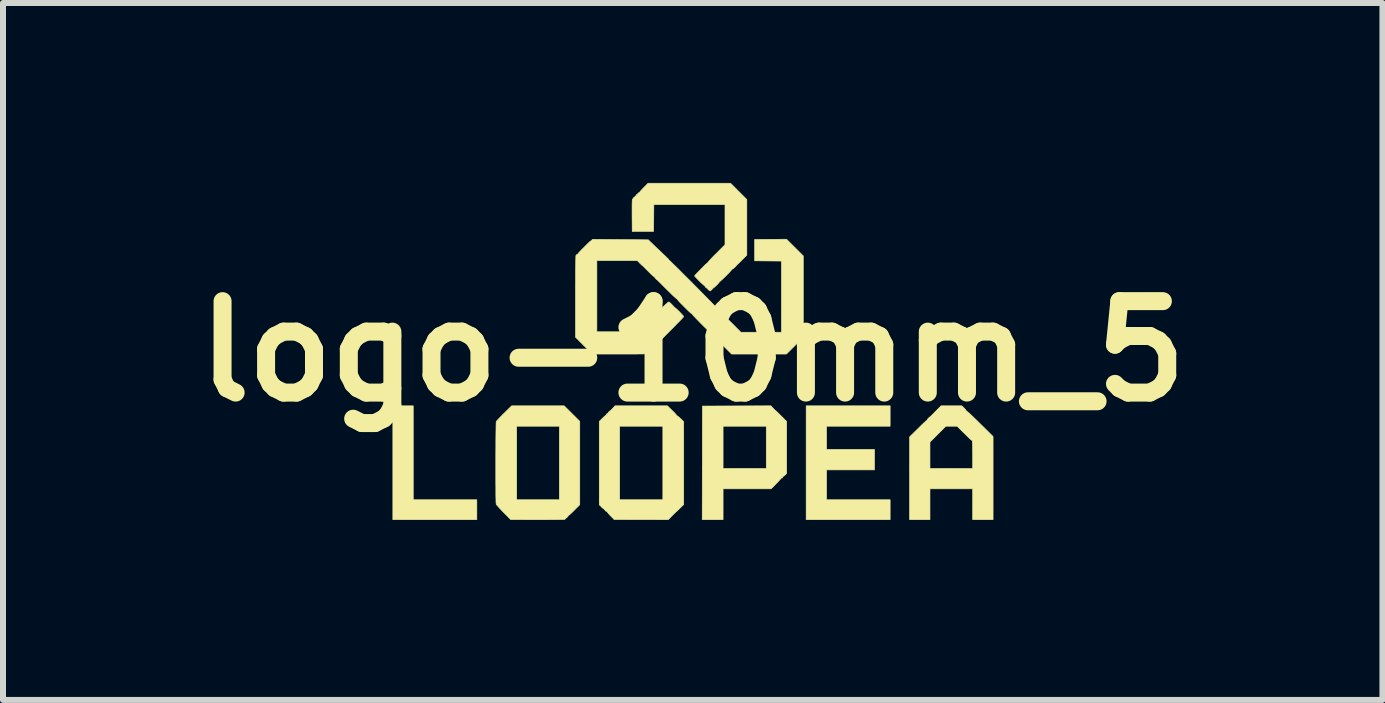
<source format=kicad_pcb>
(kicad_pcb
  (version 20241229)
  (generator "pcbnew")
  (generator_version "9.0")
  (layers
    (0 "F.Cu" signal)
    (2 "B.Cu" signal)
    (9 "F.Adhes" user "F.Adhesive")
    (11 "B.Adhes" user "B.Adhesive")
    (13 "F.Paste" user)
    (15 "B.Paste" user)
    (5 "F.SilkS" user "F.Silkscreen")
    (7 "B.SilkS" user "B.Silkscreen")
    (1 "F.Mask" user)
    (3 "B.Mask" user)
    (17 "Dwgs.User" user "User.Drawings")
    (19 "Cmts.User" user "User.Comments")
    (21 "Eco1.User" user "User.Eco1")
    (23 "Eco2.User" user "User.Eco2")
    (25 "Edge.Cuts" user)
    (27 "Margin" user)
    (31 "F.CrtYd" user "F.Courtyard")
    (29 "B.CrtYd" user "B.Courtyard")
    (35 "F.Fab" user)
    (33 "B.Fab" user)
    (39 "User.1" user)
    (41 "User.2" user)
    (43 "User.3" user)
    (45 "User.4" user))
  (footprint "logo-10mm_5"
    (layer "F.Cu")
    (at 8.498 2.805)
    (property "Reference" "logo-10mm_5" (at 0 0 0) (layer "F.SilkS") (effects (font (size 1.524 1.524) (thickness 0.3))))
    (attr through_hole)
    (fp_poly (pts (xy -4.659 2.476) (xy -3.599 2.476) (xy -3.599 2.808) (xy -4.999 2.808) (xy -4.999 0.91) (xy -4.659 0.91) (xy -4.659 2.476)) (stroke (width 0.01) (type solid)) (fill yes) (layer "F.SilkS"))
    (fp_poly (pts (xy 3.291 1.25) (xy 2.231 1.25) (xy 2.231 1.637) (xy 3.03 1.637) (xy 3.03 1.978) (xy 2.231 1.978) (xy 2.231 2.476) (xy 3.291 2.476) (xy 3.291 2.808) (xy 1.891 2.808) (xy 1.891 0.91) (xy 3.291 0.91) (xy 3.291 1.25)) (stroke (width 0.01) (type solid)) (fill yes) (layer "F.SilkS"))
    (fp_poly (pts (xy 1.34 0.95) (xy 1.358 0.969) (xy 1.371 0.982) (xy 1.376 0.986) (xy 1.376 0.985) (xy 1.382 0.989) (xy 1.396 1.003) (xy 1.418 1.024) (xy 1.446 1.051) (xy 1.471 1.076) (xy 1.566 1.171) (xy 1.566 2.038) (xy 1.536 2.067) (xy 1.518 2.082) (xy 1.504 2.09) (xy 1.499 2.09) (xy 1.496 2.09) (xy 1.498 2.093) (xy 1.497 2.104) (xy 1.489 2.114) (xy 1.479 2.116) (xy 1.477 2.115) (xy 1.472 2.116) (xy 1.471 2.119) (xy 1.466 2.128) (xy 1.451 2.145) (xy 1.429 2.169) (xy 1.402 2.198) (xy 1.389 2.211) (xy 1.307 2.294) (xy 0.506 2.294) (xy 0.506 2.808) (xy 0.158 2.808) (xy 0.16 1.861) (xy 0.161 1.25) (xy 0.506 1.25) (xy 0.506 1.954) (xy 1.226 1.954) (xy 1.226 1.25) (xy 0.506 1.25) (xy 0.161 1.25) (xy 0.162 0.914) (xy 1.303 0.91) (xy 1.34 0.95)) (stroke (width 0.01) (type solid)) (fill yes) (layer "F.SilkS"))
    (fp_poly (pts (xy -0.423 0.91) (xy -0.343 0.988) (xy -0.314 1.016) (xy -0.291 1.041) (xy -0.275 1.059) (xy -0.267 1.07) (xy -0.267 1.072) (xy -0.267 1.075) (xy -0.265 1.074) (xy -0.256 1.078) (xy -0.239 1.091) (xy -0.216 1.111) (xy -0.203 1.123) (xy -0.15 1.174) (xy -0.15 2.555) (xy -0.21 2.614) (xy -0.234 2.639) (xy -0.255 2.658) (xy -0.268 2.67) (xy -0.273 2.674) (xy -0.279 2.679) (xy -0.294 2.694) (xy -0.316 2.715) (xy -0.342 2.741) (xy -0.407 2.808) (xy -0.858 2.807) (xy -1.309 2.806) (xy -1.37 2.744) (xy -1.394 2.719) (xy -1.412 2.698) (xy -1.423 2.683) (xy -1.426 2.678) (xy -1.427 2.674) (xy -1.43 2.674) (xy -1.444 2.669) (xy -1.458 2.658) (xy -1.466 2.645) (xy -1.466 2.639) (xy -1.465 2.634) (xy -1.468 2.636) (xy -1.476 2.634) (xy -1.492 2.623) (xy -1.513 2.605) (xy -1.516 2.601) (xy -1.558 2.56) (xy -1.558 1.25) (xy -1.218 1.25) (xy -1.218 2.476) (xy -0.498 2.476) (xy -0.498 1.25) (xy -1.218 1.25) (xy -1.558 1.25) (xy -1.558 1.17) (xy -1.506 1.119) (xy -1.483 1.097) (xy -1.463 1.079) (xy -1.449 1.069) (xy -1.446 1.068) (xy -1.441 1.065) (xy -1.442 1.063) (xy -1.442 1.055) (xy -1.434 1.045) (xy -1.424 1.041) (xy -1.422 1.042) (xy -1.416 1.04) (xy -1.416 1.038) (xy -1.411 1.027) (xy -1.4 1.012) (xy -1.388 1) (xy -1.381 0.997) (xy -1.373 0.991) (xy -1.358 0.977) (xy -1.339 0.957) (xy -1.335 0.953) (xy -1.296 0.91) (xy -0.423 0.91)) (stroke (width 0.01) (type solid)) (fill yes) (layer "F.SilkS"))
    (fp_poly (pts (xy -1.883 1.169) (xy -1.883 2.559) (xy -1.974 2.65) (xy -2.004 2.68) (xy -2.03 2.705) (xy -2.05 2.723) (xy -2.062 2.732) (xy -2.065 2.733) (xy -2.068 2.733) (xy -2.075 2.745) (xy -2.075 2.745) (xy -2.088 2.762) (xy -2.107 2.78) (xy -2.11 2.781) (xy -2.125 2.793) (xy -2.131 2.802) (xy -2.13 2.803) (xy -2.137 2.804) (xy -2.158 2.805) (xy -2.192 2.806) (xy -2.238 2.806) (xy -2.294 2.807) (xy -2.36 2.807) (xy -2.432 2.808) (xy -2.511 2.808) (xy -2.579 2.808) (xy -3.034 2.807) (xy -3.068 2.773) (xy -2.112 2.773) (xy -2.108 2.777) (xy -2.104 2.773) (xy -2.108 2.769) (xy -2.112 2.773) (xy -3.068 2.773) (xy -3.15 2.69) (xy -3.184 2.655) (xy -3.214 2.623) (xy -3.238 2.597) (xy -3.254 2.578) (xy -3.261 2.569) (xy -3.261 2.568) (xy -3.263 2.564) (xy -3.27 2.563) (xy -3.272 2.562) (xy -3.274 2.559) (xy -3.276 2.553) (xy -3.277 2.542) (xy -3.279 2.526) (xy -3.28 2.505) (xy -3.28 2.476) (xy -3.281 2.439) (xy -3.282 2.393) (xy -3.282 2.337) (xy -3.282 2.27) (xy -3.283 2.191) (xy -3.283 2.099) (xy -3.283 1.994) (xy -3.283 1.874) (xy -3.283 1.863) (xy -3.283 1.728) (xy -3.282 1.608) (xy -3.282 1.501) (xy -3.281 1.409) (xy -3.28 1.332) (xy -3.279 1.268) (xy -3.279 1.25) (xy -2.935 1.25) (xy -2.935 2.476) (xy -2.223 2.476) (xy -2.223 1.25) (xy -2.935 1.25) (xy -3.279 1.25) (xy -3.278 1.22) (xy -3.277 1.187) (xy -3.276 1.17) (xy -3.275 1.167) (xy -3.268 1.166) (xy -3.267 1.163) (xy -3.262 1.155) (xy -3.246 1.138) (xy -3.223 1.114) (xy -3.193 1.083) (xy -3.159 1.048) (xy -3.142 1.032) (xy -3.018 0.91) (xy -2.58 0.91) (xy -2.143 0.91) (xy -1.883 1.169)) (stroke (width 0.01) (type solid)) (fill yes) (layer "F.SilkS"))
    (fp_poly (pts (xy 4.521 0.944) (xy 4.539 0.963) (xy 4.552 0.979) (xy 4.556 0.987) (xy 4.56 0.995) (xy 4.562 0.995) (xy 4.57 0.999) (xy 4.571 1.001) (xy 4.58 1.01) (xy 4.595 1.022) (xy 4.605 1.03) (xy 4.626 1.048) (xy 4.654 1.075) (xy 4.689 1.109) (xy 4.73 1.148) (xy 4.774 1.192) (xy 4.811 1.228) (xy 5.007 1.422) (xy 5.007 2.808) (xy 4.667 2.808) (xy 4.667 2.294) (xy 3.955 2.294) (xy 3.955 2.808) (xy 3.615 2.808) (xy 3.615 1.515) (xy 3.955 1.515) (xy 3.955 1.954) (xy 4.667 1.954) (xy 4.667 1.72) (xy 4.666 1.649) (xy 4.665 1.589) (xy 4.664 1.542) (xy 4.662 1.509) (xy 4.66 1.491) (xy 4.658 1.487) (xy 4.655 1.487) (xy 4.65 1.485) (xy 4.643 1.48) (xy 4.632 1.47) (xy 4.616 1.455) (xy 4.593 1.433) (xy 4.562 1.402) (xy 4.521 1.362) (xy 4.517 1.359) (xy 4.499 1.341) (xy 4.912 1.341) (xy 4.916 1.345) (xy 4.92 1.341) (xy 4.916 1.337) (xy 4.912 1.341) (xy 4.499 1.341) (xy 4.407 1.25) (xy 4.22 1.25) (xy 4.088 1.382) (xy 3.955 1.515) (xy 3.615 1.515) (xy 3.615 1.43) (xy 3.629 1.415) (xy 3.641 1.415) (xy 3.642 1.416) (xy 3.649 1.41) (xy 3.651 1.408) (xy 3.653 1.401) (xy 3.652 1.4) (xy 3.644 1.406) (xy 3.643 1.408) (xy 3.641 1.415) (xy 3.629 1.415) (xy 3.757 1.289) (xy 3.795 1.251) (xy 3.83 1.217) (xy 3.86 1.189) (xy 3.883 1.168) (xy 3.898 1.156) (xy 3.903 1.153) (xy 3.907 1.151) (xy 3.908 1.147) (xy 3.913 1.136) (xy 3.926 1.119) (xy 3.931 1.114) (xy 3.946 1.101) (xy 3.954 1.095) (xy 3.955 1.095) (xy 3.96 1.091) (xy 3.975 1.077) (xy 3.997 1.055) (xy 4.024 1.028) (xy 4.047 1.004) (xy 4.14 0.91) (xy 4.485 0.91) (xy 4.521 0.944)) (stroke (width 0.01) (type solid)) (fill yes) (layer "F.SilkS"))
    (fp_poly (pts (xy 0.766 -2.665) (xy 0.902 -2.529) (xy 0.902 -1.601) (xy 0.833 -1.532) (xy 0.805 -1.503) (xy 0.779 -1.478) (xy 0.758 -1.458) (xy 0.745 -1.447) (xy 0.733 -1.437) (xy 0.729 -1.432) (xy 0.73 -1.432) (xy 0.727 -1.427) (xy 0.715 -1.414) (xy 0.702 -1.4) (xy 0.683 -1.383) (xy 0.667 -1.371) (xy 0.66 -1.368) (xy 0.65 -1.364) (xy 0.649 -1.36) (xy 0.643 -1.351) (xy 0.629 -1.335) (xy 0.608 -1.312) (xy 0.582 -1.285) (xy 0.554 -1.256) (xy 0.525 -1.228) (xy 0.498 -1.202) (xy 0.474 -1.181) (xy 0.457 -1.166) (xy 0.449 -1.16) (xy 0.448 -1.16) (xy 0.444 -1.159) (xy 0.443 -1.155) (xy 0.438 -1.144) (xy 0.423 -1.127) (xy 0.403 -1.106) (xy 0.399 -1.102) (xy 0.379 -1.083) (xy 0.364 -1.069) (xy 0.356 -1.064) (xy 0.356 -1.064) (xy 0.351 -1.062) (xy 0.339 -1.05) (xy 0.327 -1.037) (xy 0.309 -1.019) (xy 0.295 -1.007) (xy 0.289 -1.005) (xy 0.279 -1.01) (xy 0.263 -1.024) (xy 0.25 -1.037) (xy 0.232 -1.054) (xy 0.218 -1.065) (xy 0.212 -1.068) (xy 0.207 -1.074) (xy 0.206 -1.081) (xy 0.203 -1.09) (xy 0.201 -1.089) (xy 0.194 -1.093) (xy 0.179 -1.106) (xy 0.157 -1.125) (xy 0.132 -1.149) (xy 0.105 -1.175) (xy 0.08 -1.201) (xy 0.057 -1.225) (xy 0.041 -1.243) (xy 0.032 -1.254) (xy 0.032 -1.256) (xy 0.037 -1.264) (xy 0.051 -1.28) (xy 0.073 -1.304) (xy 0.099 -1.331) (xy 0.129 -1.361) (xy 0.159 -1.391) (xy 0.171 -1.404) (xy 0.174 -1.404) (xy 0.178 -1.4) (xy 0.182 -1.404) (xy 0.178 -1.408) (xy 0.174 -1.404) (xy 0.171 -1.404) (xy 0.187 -1.42) (xy 0.212 -1.444) (xy 0.214 -1.444) (xy 0.218 -1.44) (xy 0.221 -1.444) (xy 0.218 -1.448) (xy 0.214 -1.444) (xy 0.212 -1.444) (xy 0.212 -1.444) (xy 0.232 -1.462) (xy 0.244 -1.472) (xy 0.246 -1.473) (xy 0.253 -1.478) (xy 0.253 -1.481) (xy 0.259 -1.489) (xy 0.274 -1.507) (xy 0.297 -1.532) (xy 0.327 -1.564) (xy 0.363 -1.601) (xy 0.396 -1.633) (xy 0.538 -1.776) (xy 0.538 -2.444) (xy -0.648 -2.444) (xy -0.65 -2.221) (xy -0.653 -1.997) (xy -1.009 -1.997) (xy -1.011 -2.269) (xy -1.011 -2.352) (xy -1.011 -2.42) (xy -1.01 -2.472) (xy -1.009 -2.509) (xy -1.007 -2.53) (xy -1.005 -2.535) (xy -0.997 -2.536) (xy -0.997 -2.539) (xy -0.992 -2.551) (xy -0.981 -2.564) (xy -0.97 -2.573) (xy -0.963 -2.574) (xy -0.959 -2.576) (xy -0.959 -2.58) (xy -0.955 -2.588) (xy -0.951 -2.588) (xy -0.944 -2.59) (xy -0.945 -2.593) (xy -0.944 -2.603) (xy -0.934 -2.612) (xy -0.923 -2.614) (xy -0.922 -2.612) (xy -0.918 -2.612) (xy -0.92 -2.615) (xy -0.918 -2.625) (xy -0.909 -2.636) (xy -0.898 -2.644) (xy -0.891 -2.644) (xy -0.886 -2.645) (xy -0.886 -2.648) (xy -0.881 -2.657) (xy -0.866 -2.675) (xy -0.845 -2.698) (xy -0.818 -2.726) (xy -0.815 -2.729) (xy -0.745 -2.8) (xy 0.631 -2.8) (xy 0.766 -2.665)) (stroke (width 0.01) (type solid)) (fill yes) (layer "F.SilkS"))
    (fp_poly (pts (xy 1.843 -1.589) (xy 1.843 -0.234) (xy 1.703 -0.093) (xy 1.562 0.047) (xy 0.648 0.047) (xy 0.55 -0.051) (xy 0.518 -0.083) (xy 0.49 -0.112) (xy 0.468 -0.136) (xy 0.462 -0.143) (xy 0.463 -0.142) (xy 0.467 -0.146) (xy 0.463 -0.15) (xy 0.459 -0.147) (xy 0.455 -0.152) (xy 0.451 -0.158) (xy 0.447 -0.164) (xy 0.445 -0.163) (xy 0.436 -0.165) (xy 0.427 -0.174) (xy 0.424 -0.183) (xy 0.425 -0.185) (xy 0.423 -0.189) (xy 0.416 -0.19) (xy 0.403 -0.196) (xy 0.396 -0.208) (xy 0.39 -0.219) (xy 0.388 -0.219) (xy 0.383 -0.223) (xy 0.367 -0.237) (xy 0.343 -0.26) (xy 0.312 -0.29) (xy 0.274 -0.327) (xy 0.232 -0.369) (xy 0.187 -0.413) (xy 0.141 -0.459) (xy 0.099 -0.502) (xy 0.062 -0.54) (xy 0.031 -0.572) (xy 0.008 -0.597) (xy -0.006 -0.613) (xy -0.01 -0.619) (xy -0.013 -0.624) (xy -0.016 -0.625) (xy -0.025 -0.63) (xy -0.042 -0.645) (xy -0.066 -0.667) (xy -0.095 -0.695) (xy -0.126 -0.726) (xy -0.159 -0.759) (xy -0.19 -0.79) (xy -0.218 -0.819) (xy -0.24 -0.844) (xy -0.255 -0.861) (xy -0.261 -0.87) (xy -0.261 -0.87) (xy -0.265 -0.876) (xy -0.268 -0.875) (xy -0.275 -0.879) (xy -0.291 -0.894) (xy -0.316 -0.916) (xy -0.348 -0.946) (xy -0.384 -0.982) (xy -0.425 -1.022) (xy -0.434 -1.031) (xy -0.475 -1.072) (xy -0.512 -1.109) (xy -0.543 -1.141) (xy -0.568 -1.165) (xy -0.585 -1.182) (xy -0.593 -1.189) (xy -0.593 -1.189) (xy -0.598 -1.193) (xy -0.611 -1.204) (xy -0.616 -1.209) (xy -0.629 -1.224) (xy -0.635 -1.235) (xy -0.634 -1.237) (xy -0.635 -1.241) (xy -0.638 -1.239) (xy -0.646 -1.243) (xy -0.663 -1.257) (xy -0.687 -1.278) (xy -0.716 -1.306) (xy -0.743 -1.333) (xy -0.774 -1.364) (xy -0.801 -1.392) (xy -0.821 -1.412) (xy -0.835 -1.425) (xy -0.838 -1.427) (xy -0.844 -1.431) (xy -0.857 -1.443) (xy -0.876 -1.462) (xy -0.881 -1.467) (xy -0.924 -1.511) (xy -1.598 -1.511) (xy -1.598 -0.324) (xy -0.918 -0.324) (xy -0.843 -0.399) (xy -0.816 -0.427) (xy -0.792 -0.45) (xy -0.775 -0.467) (xy -0.766 -0.474) (xy -0.766 -0.475) (xy -0.759 -0.48) (xy -0.744 -0.495) (xy -0.721 -0.517) (xy -0.693 -0.544) (xy -0.676 -0.561) (xy -0.646 -0.591) (xy -0.62 -0.615) (xy -0.599 -0.633) (xy -0.587 -0.643) (xy -0.584 -0.644) (xy -0.578 -0.646) (xy -0.577 -0.649) (xy -0.572 -0.657) (xy -0.557 -0.674) (xy -0.536 -0.697) (xy -0.51 -0.723) (xy -0.482 -0.751) (xy -0.455 -0.777) (xy -0.43 -0.799) (xy -0.411 -0.815) (xy -0.4 -0.822) (xy -0.399 -0.823) (xy -0.39 -0.817) (xy -0.373 -0.803) (xy -0.351 -0.782) (xy -0.341 -0.771) (xy -0.319 -0.748) (xy -0.302 -0.731) (xy -0.291 -0.721) (xy -0.289 -0.72) (xy -0.281 -0.714) (xy -0.265 -0.7) (xy -0.244 -0.68) (xy -0.22 -0.656) (xy -0.196 -0.631) (xy -0.175 -0.608) (xy -0.159 -0.59) (xy -0.151 -0.579) (xy -0.15 -0.578) (xy -0.156 -0.57) (xy -0.171 -0.553) (xy -0.195 -0.527) (xy -0.227 -0.494) (xy -0.266 -0.455) (xy -0.309 -0.41) (xy -0.357 -0.362) (xy -0.376 -0.343) (xy -0.425 -0.294) (xy -0.47 -0.248) (xy -0.51 -0.207) (xy -0.545 -0.173) (xy -0.572 -0.145) (xy -0.591 -0.125) (xy -0.6 -0.116) (xy -0.601 -0.115) (xy -0.606 -0.108) (xy -0.62 -0.093) (xy -0.64 -0.073) (xy -0.663 -0.05) (xy -0.686 -0.028) (xy -0.706 -0.009) (xy -0.721 0.004) (xy -0.723 0.006) (xy -0.736 0.017) (xy -0.741 0.023) (xy -0.74 0.024) (xy -0.74 0.028) (xy -0.746 0.036) (xy -0.751 0.038) (xy -0.758 0.04) (xy -0.771 0.042) (xy -0.79 0.044) (xy -0.816 0.045) (xy -0.851 0.046) (xy -0.895 0.046) (xy -0.949 0.047) (xy -1.016 0.047) (xy -1.096 0.047) (xy -1.191 0.047) (xy -1.216 0.047) (xy -1.673 0.047) (xy -1.954 -0.234) (xy -1.954 -0.908) (xy -1.954 -1.048) (xy -1.953 -1.172) (xy -1.953 -1.28) (xy -1.952 -1.373) (xy -1.951 -1.449) (xy -1.95 -1.51) (xy -1.949 -1.555) (xy -1.948 -1.584) (xy -1.946 -1.598) (xy -1.946 -1.598) (xy -1.934 -1.611) (xy -1.925 -1.614) (xy -1.917 -1.617) (xy -1.917 -1.62) (xy -1.912 -1.627) (xy -1.898 -1.643) (xy -1.876 -1.667) (xy -1.848 -1.696) (xy -1.815 -1.729) (xy -1.814 -1.73) (xy -1.781 -1.763) (xy -1.753 -1.791) (xy -1.73 -1.813) (xy -1.714 -1.827) (xy -1.709 -1.832) (xy -1.709 -1.832) (xy -1.704 -1.834) (xy -1.691 -1.844) (xy -1.688 -1.847) (xy -1.668 -1.865) (xy -1.204 -1.861) (xy -0.74 -1.857) (xy -0.719 -1.836) (xy -0.707 -1.824) (xy -0.686 -1.804) (xy -0.657 -1.776) (xy -0.624 -1.744) (xy -0.587 -1.709) (xy -0.582 -1.705) (xy -0.531 -1.656) (xy -0.49 -1.617) (xy -0.458 -1.587) (xy -0.435 -1.564) (xy -0.418 -1.548) (xy -0.407 -1.537) (xy -0.401 -1.531) (xy -0.399 -1.528) (xy -0.399 -1.527) (xy -0.4 -1.527) (xy -0.398 -1.523) (xy -0.387 -1.512) (xy -0.384 -1.51) (xy -0.373 -1.5) (xy -0.353 -1.481) (xy -0.324 -1.452) (xy -0.287 -1.416) (xy -0.244 -1.374) (xy -0.196 -1.326) (xy -0.144 -1.273) (xy -0.088 -1.218) (xy -0.03 -1.16) (xy 0.029 -1.1) (xy 0.088 -1.041) (xy 0.145 -0.983) (xy 0.201 -0.926) (xy 0.253 -0.873) (xy 0.302 -0.824) (xy 0.344 -0.78) (xy 0.381 -0.743) (xy 0.409 -0.713) (xy 0.43 -0.692) (xy 0.44 -0.68) (xy 0.441 -0.678) (xy 0.445 -0.674) (xy 0.445 -0.674) (xy 0.452 -0.67) (xy 0.464 -0.658) (xy 0.469 -0.653) (xy 0.481 -0.641) (xy 0.501 -0.62) (xy 0.53 -0.591) (xy 0.564 -0.556) (xy 0.603 -0.516) (xy 0.645 -0.474) (xy 0.647 -0.473) (xy 0.803 -0.316) (xy 1.141 -0.316) (xy 1.479 -0.316) (xy 1.479 -1.503) (xy 1.256 -1.505) (xy 1.032 -1.507) (xy 1.032 -1.863) (xy 1.298 -1.865) (xy 1.564 -1.867) (xy 1.843 -1.589)) (stroke (width 0.01) (type solid)) (fill yes) (layer "F.SilkS")))
  (gr_rect
    (start -3 -3)
    (end 19.996 8.618)
    (stroke (width 0.1) (type default))
    (fill no)
    (layer "Edge.Cuts")))
</source>
